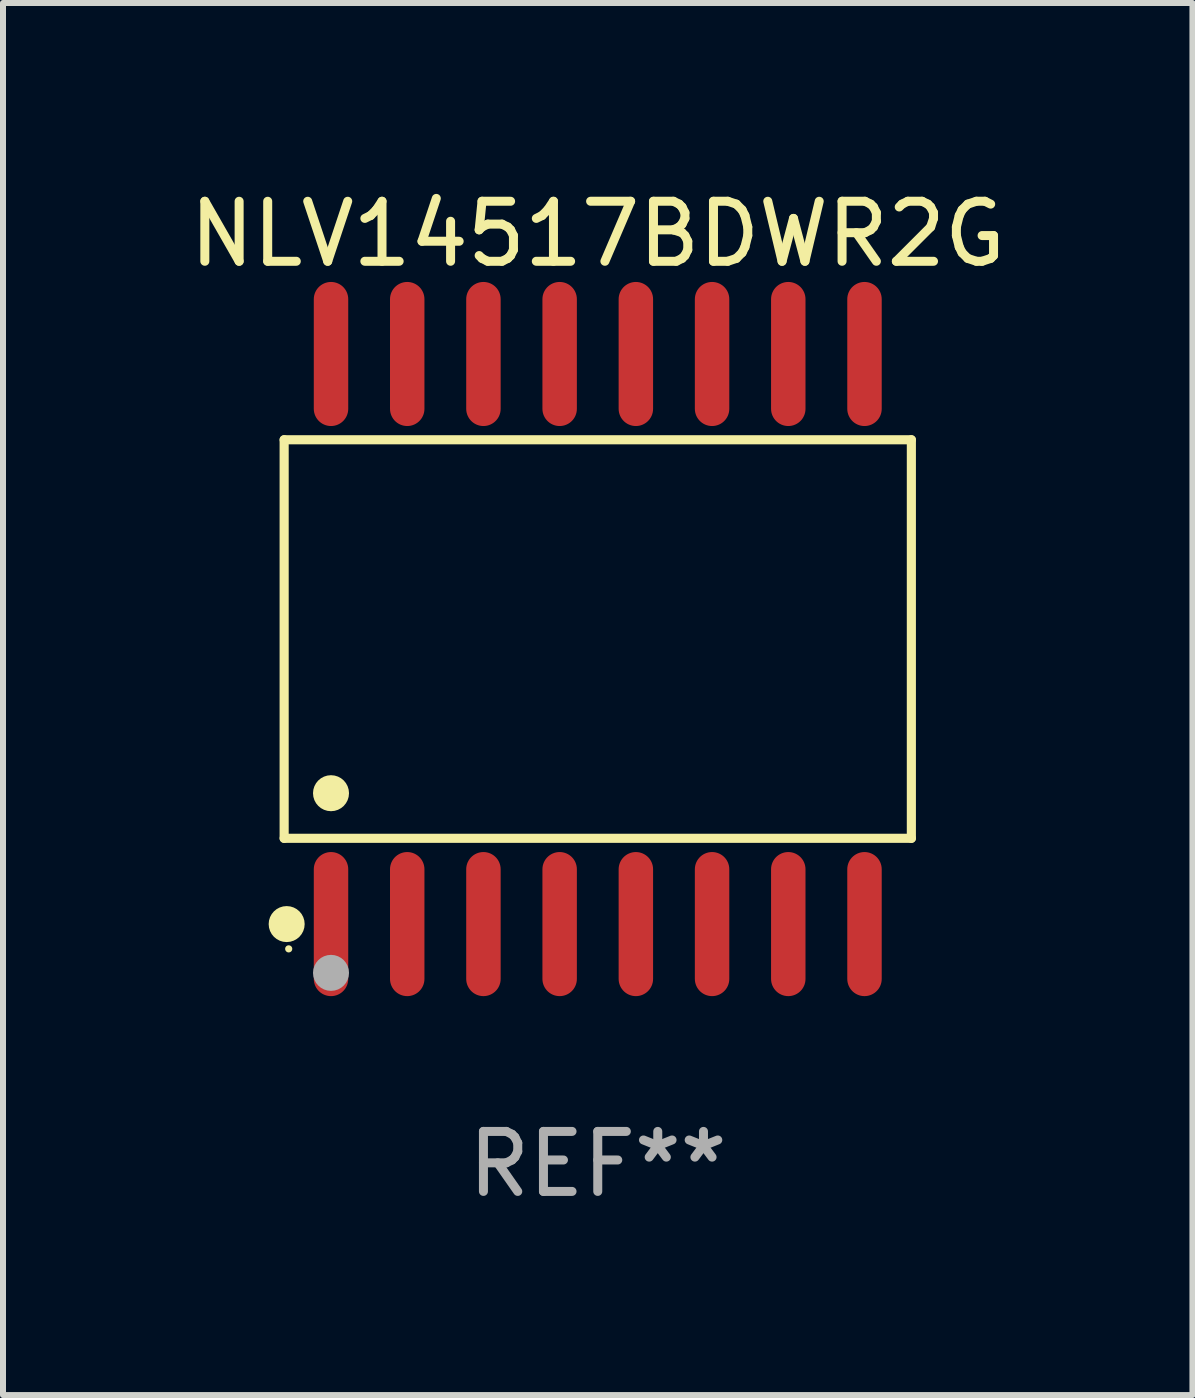
<source format=kicad_pcb>
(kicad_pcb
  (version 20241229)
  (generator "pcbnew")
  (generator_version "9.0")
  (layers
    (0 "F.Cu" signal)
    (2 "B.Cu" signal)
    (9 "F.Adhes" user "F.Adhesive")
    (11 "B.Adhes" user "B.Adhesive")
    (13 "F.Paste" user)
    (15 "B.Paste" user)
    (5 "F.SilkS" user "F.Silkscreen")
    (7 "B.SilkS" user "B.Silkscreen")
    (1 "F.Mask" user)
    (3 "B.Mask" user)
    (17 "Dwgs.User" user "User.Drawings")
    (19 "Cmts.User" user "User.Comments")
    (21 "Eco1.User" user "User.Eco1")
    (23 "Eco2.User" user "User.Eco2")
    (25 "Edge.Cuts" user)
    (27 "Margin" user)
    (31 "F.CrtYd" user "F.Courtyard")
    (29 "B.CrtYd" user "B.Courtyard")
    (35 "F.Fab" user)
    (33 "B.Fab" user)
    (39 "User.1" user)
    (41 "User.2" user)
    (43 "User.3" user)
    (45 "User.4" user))
  (footprint "NLV14517BDWR2G"
    (layer "F.Cu")
    (at 6.911 7.599)
    (property "Reference" "NLV14517BDWR2G" (at 0 -6.75 0) (layer "F.SilkS") (effects (font (size 1 1) (thickness 0.15))))
    (attr through_hole)
    (fp_line (start -5.226 -3.321) (end 5.226 -3.321) (stroke (width 0.152) (type solid)) (layer "F.SilkS"))
    (fp_line (start -5.226 3.321) (end -5.226 -3.321) (stroke (width 0.152) (type solid)) (layer "F.SilkS"))
    (fp_line (start 5.226 -3.321) (end 5.226 3.321) (stroke (width 0.152) (type solid)) (layer "F.SilkS"))
    (fp_line (start 5.226 3.321) (end -5.226 3.321) (stroke (width 0.152) (type solid)) (layer "F.SilkS"))
    (fp_circle (center -5.184 4.75) (end -5.034 4.75) (stroke (width 0.3) (type solid)) (fill no) (layer "F.SilkS"))
    (fp_circle (center -5.15 5.163) (end -5.12 5.163) (stroke (width 0.06) (type solid)) (fill no) (layer "F.SilkS"))
    (fp_circle (center -4.445 2.569) (end -4.295 2.569) (stroke (width 0.3) (type solid)) (fill no) (layer "F.SilkS"))
    (fp_circle (center -4.445 5.563) (end -4.295 5.563) (stroke (width 0.3) (type solid)) (fill no) (layer "F.Fab"))
    (fp_text user "REF**" (at 0 8.75 0) (layer "F.Fab") (effects (font (size 1 1) (thickness 0.15))))
    (pad "1" smd oval (at -4.445 4.75) (size 0.574 2.401) (layers "F.Cu" "F.Mask" "F.Paste"))
    (pad "2" smd oval (at -3.175 4.75) (size 0.574 2.401) (layers "F.Cu" "F.Mask" "F.Paste"))
    (pad "3" smd oval (at -1.905 4.75) (size 0.574 2.401) (layers "F.Cu" "F.Mask" "F.Paste"))
    (pad "4" smd oval (at -0.635 4.75) (size 0.574 2.401) (layers "F.Cu" "F.Mask" "F.Paste"))
    (pad "5" smd oval (at 0.635 4.75) (size 0.574 2.401) (layers "F.Cu" "F.Mask" "F.Paste"))
    (pad "6" smd oval (at 1.905 4.75) (size 0.574 2.401) (layers "F.Cu" "F.Mask" "F.Paste"))
    (pad "7" smd oval (at 3.175 4.75) (size 0.574 2.401) (layers "F.Cu" "F.Mask" "F.Paste"))
    (pad "8" smd oval (at 4.445 4.75) (size 0.574 2.401) (layers "F.Cu" "F.Mask" "F.Paste"))
    (pad "9" smd oval (at 4.445 -4.75) (size 0.574 2.401) (layers "F.Cu" "F.Mask" "F.Paste"))
    (pad "10" smd oval (at 3.175 -4.75) (size 0.574 2.401) (layers "F.Cu" "F.Mask" "F.Paste"))
    (pad "11" smd oval (at 1.905 -4.75) (size 0.574 2.401) (layers "F.Cu" "F.Mask" "F.Paste"))
    (pad "12" smd oval (at 0.635 -4.75) (size 0.574 2.401) (layers "F.Cu" "F.Mask" "F.Paste"))
    (pad "13" smd oval (at -0.635 -4.75) (size 0.574 2.401) (layers "F.Cu" "F.Mask" "F.Paste"))
    (pad "14" smd oval (at -1.905 -4.75) (size 0.574 2.401) (layers "F.Cu" "F.Mask" "F.Paste"))
    (pad "15" smd oval (at -3.175 -4.75) (size 0.574 2.401) (layers "F.Cu" "F.Mask" "F.Paste"))
    (pad "16" smd oval (at -4.445 -4.75) (size 0.574 2.401) (layers "F.Cu" "F.Mask" "F.Paste")))
  (gr_rect
    (start -3 -3)
    (end 16.821 20.197)
    (stroke (width 0.1) (type default))
    (fill no)
    (layer "Edge.Cuts")))
</source>
